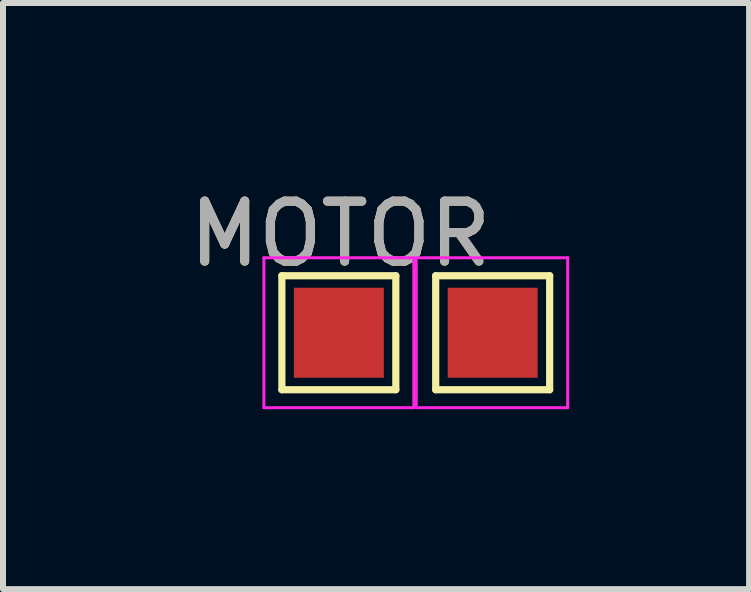
<source format=kicad_pcb>
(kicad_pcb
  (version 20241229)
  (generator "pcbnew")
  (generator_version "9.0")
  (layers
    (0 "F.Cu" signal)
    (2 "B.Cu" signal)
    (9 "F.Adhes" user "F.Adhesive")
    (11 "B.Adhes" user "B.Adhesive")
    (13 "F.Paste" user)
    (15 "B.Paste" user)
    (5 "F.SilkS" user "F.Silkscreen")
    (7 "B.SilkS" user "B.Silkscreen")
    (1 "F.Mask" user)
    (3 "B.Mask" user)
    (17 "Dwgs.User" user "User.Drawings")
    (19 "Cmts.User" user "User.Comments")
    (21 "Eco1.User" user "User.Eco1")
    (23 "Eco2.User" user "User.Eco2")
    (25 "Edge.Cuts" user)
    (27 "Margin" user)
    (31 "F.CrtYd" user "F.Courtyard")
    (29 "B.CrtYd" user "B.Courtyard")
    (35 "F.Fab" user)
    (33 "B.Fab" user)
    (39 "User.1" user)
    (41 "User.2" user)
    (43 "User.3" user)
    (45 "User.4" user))
  (footprint "MOTOR"
    (layer "F.Cu")
    (at 2.6 2.498)
    (property "Reference" "MOTOR" (at 0.025 -1.648 0) (layer "F.SilkS") (effects (font (size 1 1) (thickness 0.15))))
    (attr exclude_from_pos_files exclude_from_bom)
    (fp_line (start -0.95 -0.95) (end 0.95 -0.95) (stroke (width 0.12) (type solid)) (layer "F.SilkS"))
    (fp_line (start -0.95 0.95) (end -0.95 -0.95) (stroke (width 0.12) (type solid)) (layer "F.SilkS"))
    (fp_line (start 0.95 -0.95) (end 0.95 0.95) (stroke (width 0.12) (type solid)) (layer "F.SilkS"))
    (fp_line (start 0.95 0.95) (end -0.95 0.95) (stroke (width 0.12) (type solid)) (layer "F.SilkS"))
    (fp_line (start 1.615 -0.95) (end 3.515 -0.95) (stroke (width 0.12) (type solid)) (layer "F.SilkS"))
    (fp_line (start 1.615 0.95) (end 1.615 -0.95) (stroke (width 0.12) (type solid)) (layer "F.SilkS"))
    (fp_line (start 3.515 -0.95) (end 3.515 0.95) (stroke (width 0.12) (type solid)) (layer "F.SilkS"))
    (fp_line (start 3.515 0.95) (end 1.615 0.95) (stroke (width 0.12) (type solid)) (layer "F.SilkS"))
    (fp_line (start -1.25 -1.25) (end -1.25 1.25) (stroke (width 0.05) (type solid)) (layer "F.CrtYd"))
    (fp_line (start -1.25 -1.25) (end 1.25 -1.25) (stroke (width 0.05) (type solid)) (layer "F.CrtYd"))
    (fp_line (start 1.25 1.25) (end -1.25 1.25) (stroke (width 0.05) (type solid)) (layer "F.CrtYd"))
    (fp_line (start 1.25 1.25) (end 1.25 -1.25) (stroke (width 0.05) (type solid)) (layer "F.CrtYd"))
    (fp_line (start 1.29 -1.25) (end 1.29 1.25) (stroke (width 0.05) (type solid)) (layer "F.CrtYd"))
    (fp_line (start 1.315 -1.25) (end 3.815 -1.25) (stroke (width 0.05) (type solid)) (layer "F.CrtYd"))
    (fp_line (start 3.815 1.25) (end 1.315 1.25) (stroke (width 0.05) (type solid)) (layer "F.CrtYd"))
    (fp_line (start 3.815 1.25) (end 3.815 -1.25) (stroke (width 0.05) (type solid)) (layer "F.CrtYd"))
    (fp_text user "${REFERENCE}" (at 0.025 -1.65 0) (layer "F.Fab") (effects (font (size 1 1) (thickness 0.15))))
    (pad "1" smd rect (at 0 0) (size 1.5 1.5) (layers "F.Cu" "F.Mask"))
    (pad "2" smd rect (at 2.565 0) (size 1.5 1.5) (layers "F.Cu" "F.Mask")))
  (gr_rect
    (start -3 -3)
    (end 9.44 6.773)
    (stroke (width 0.1) (type default))
    (fill no)
    (layer "Edge.Cuts")))
</source>
